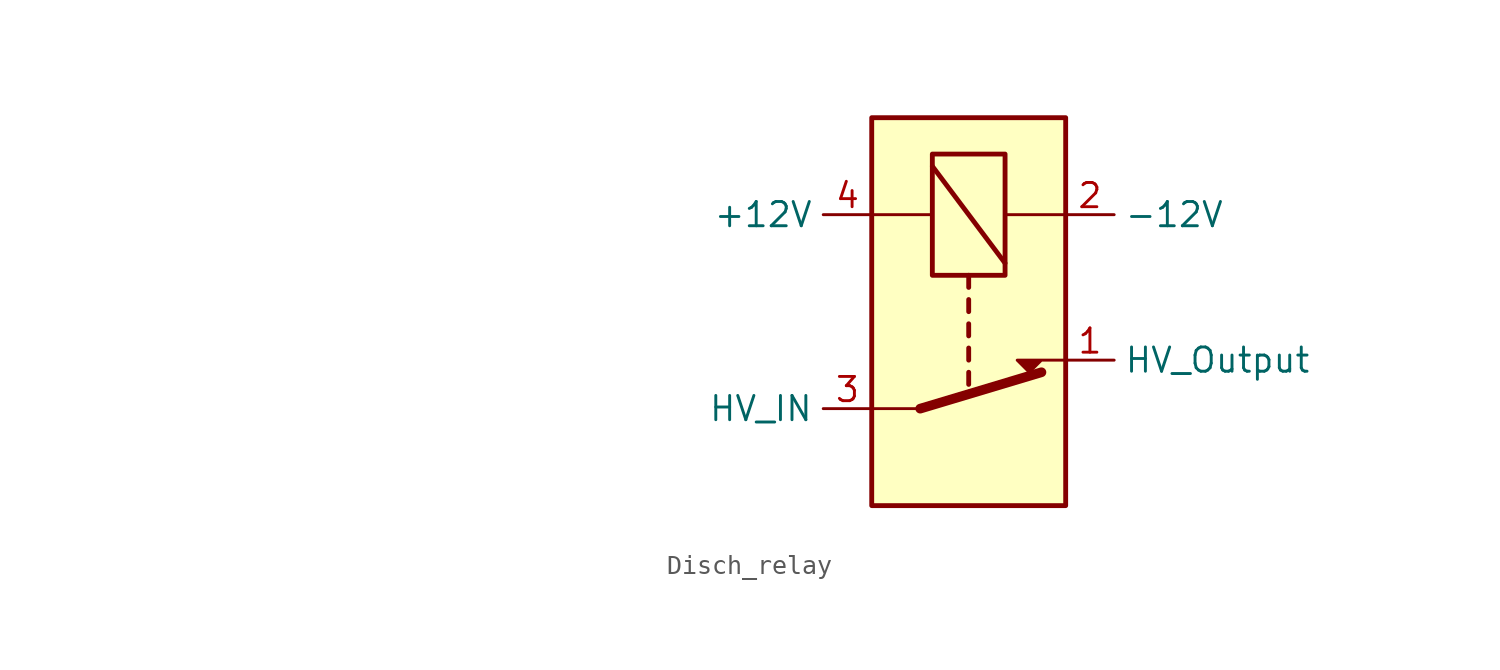
<source format=kicad_sym>
(kicad_symbol_lib
  (version 20241209)
  (generator "kicad_symbol_editor")
  (generator_version "9.0")
  (symbol "Disch_relay"
    (property "Reference" "K"
      (at 40.386 9.906 0)
      (effects (font (size 1.27 1.27)) (hide yes)))
    (property "Value" ""
      (at 0 0 0)
      (effects (font (size 1.27 1.27))))
    (symbol "Disch_relay_0_1"
      (polyline (pts (xy 35.56 2.54) (xy 38.735 2.54)) (stroke (width 0) (type default)) (fill (type none)))
      (polyline (pts (xy 38.1 -7.62) (xy 35.56 -7.62)) (stroke (width 0) (type default)) (fill (type none)))
      (polyline (pts (xy 38.1 -7.62) (xy 44.45 -5.715)) (stroke (width 0.508) (type default)) (fill (type none)))
      (polyline (pts (xy 38.735 5.08) (xy 42.545 0)) (stroke (width 0.254) (type default)) (fill (type none)))
      (polyline (pts (xy 40.64 -0.635) (xy 40.64 -1.27)) (stroke (width 0.254) (type default)) (fill (type none)))
      (polyline (pts (xy 40.64 -1.905) (xy 40.64 -2.54)) (stroke (width 0.254) (type default)) (fill (type none)))
      (polyline (pts (xy 40.64 -3.175) (xy 40.64 -3.81)) (stroke (width 0.254) (type default)) (fill (type none)))
      (polyline (pts (xy 40.64 -4.445) (xy 40.64 -5.08)) (stroke (width 0.254) (type default)) (fill (type none)))
      (polyline (pts (xy 40.64 -5.715) (xy 40.64 -6.35)) (stroke (width 0.254) (type default)) (fill (type none)))
      (rectangle (start 42.545 5.715) (end 38.735 -0.635) (stroke (width 0.254) (type default)) (fill (type none)))
      (polyline (pts (xy 45.72 2.54) (xy 42.545 2.54)) (stroke (width 0) (type default)) (fill (type none)))
      (polyline (pts (xy 45.72 -5.08) (xy 43.18 -5.08) (xy 43.815 -5.715) (xy 44.45 -5.08)) (stroke (width 0) (type default)) (fill (type outline))))
    (symbol "Disch_relay_1_1"
      (rectangle (start 45.72 -12.7) (end 35.56 7.62) (stroke (width 0.254) (type default)) (fill (type background)))
      (pin input line (at 35.56 2.54 180) (length 2.54) (name "+12V" (effects (font (size 1.27 1.27)))) (number "4" (effects (font (size 1.27 1.27)))))
      (pin input line (at 35.56 -7.62 180) (length 2.54) (name "HV_IN" (effects (font (size 1.27 1.27)))) (number "3" (effects (font (size 1.27 1.27)))))
      (pin output line (at 45.72 2.54 0) (length 2.54) (name "-12V" (effects (font (size 1.27 1.27)))) (number "2" (effects (font (size 1.27 1.27)))))
      (pin output line (at 45.72 -5.08 0) (length 2.54) (name "HV_Output" (effects (font (size 1.27 1.27)))) (number "1" (effects (font (size 1.27 1.27))))))))
</source>
